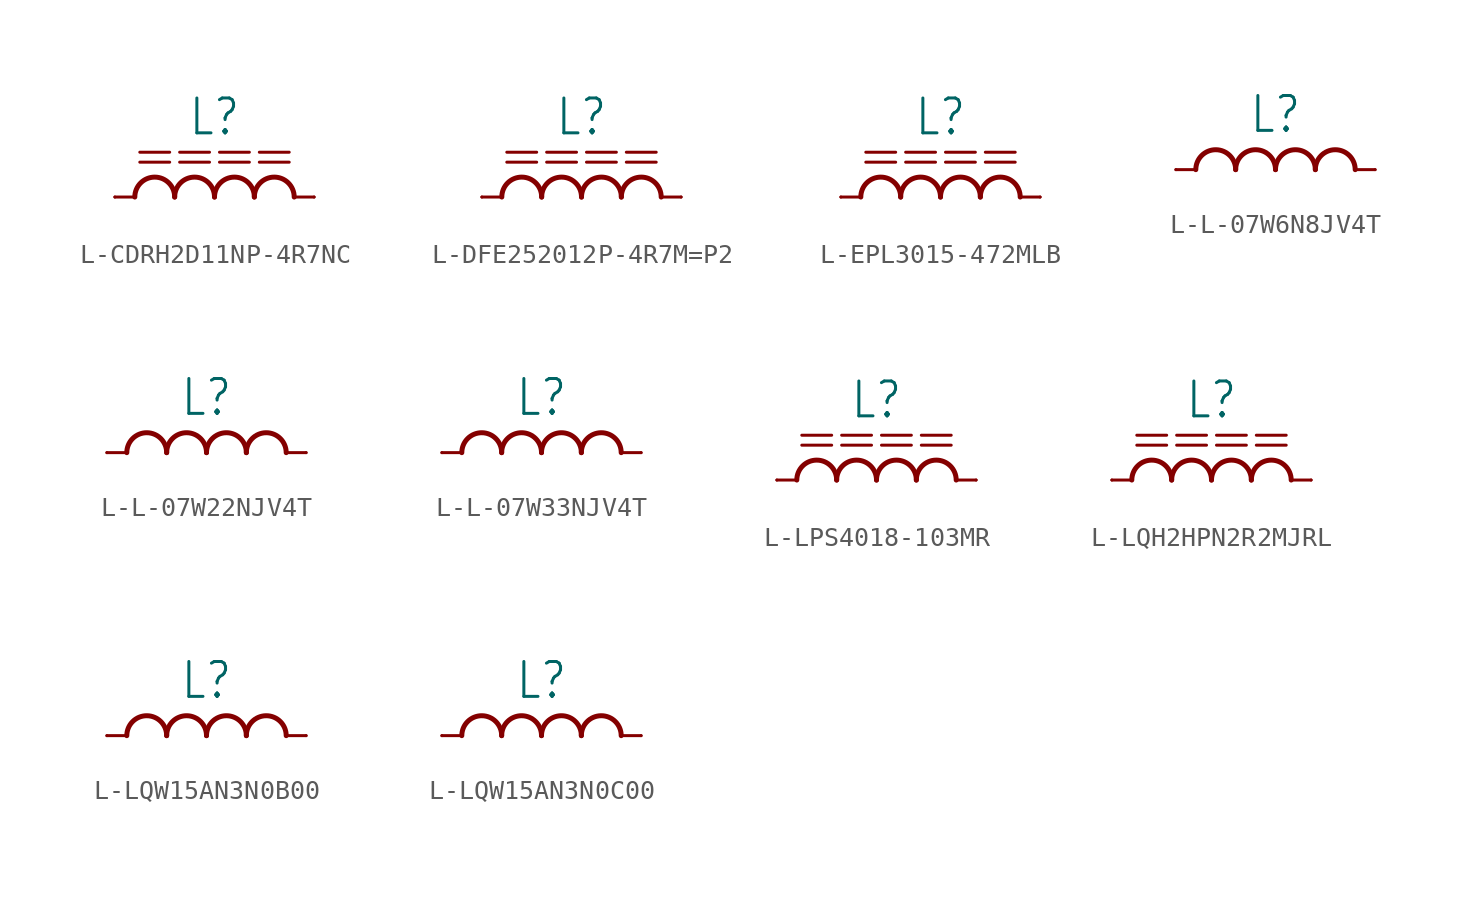
<source format=kicad_sym>
(kicad_symbol_lib
  (version 20231120)
  (generator "kicad_symbol_editor")
  (generator_version "8.0")
  (symbol "L-CDRH2D11NP-4R7NC"
    (property "Reference" "L"
      (at 0 3.048 0)
      (effects (font (size 1.778 1.511)) (justify bottom)))
    (property "Value" ""
      (at 0 -0.762 0)
      (effects (font (size 1.778 1.511)) (justify top)))
    (property "ki_locked" ""
      (at 0 0 0)
      (effects (font (size 1.27 1.27))))
    (symbol "L-CDRH2D11NP-4R7NC_1_0"
      (arc (start -2.032 0) (mid -3.048 1.016) (end -4.064 0) (stroke (width 0.254) (type solid)) (fill (type none)))
      (arc (start 0 0) (mid -1.016 1.016) (end -2.032 0) (stroke (width 0.254) (type solid)) (fill (type none)))
      (polyline (pts (xy -5.08 0) (xy -4.064 0)) (stroke (width 0.152) (type solid)) (fill (type none)))
      (polyline (pts (xy -3.81 1.778) (xy -2.286 1.778)) (stroke (width 0.152) (type solid)) (fill (type none)))
      (polyline (pts (xy -3.81 2.286) (xy -2.286 2.286)) (stroke (width 0.152) (type solid)) (fill (type none)))
      (polyline (pts (xy -1.778 1.778) (xy -0.254 1.778)) (stroke (width 0.152) (type solid)) (fill (type none)))
      (polyline (pts (xy -1.778 2.286) (xy -0.254 2.286)) (stroke (width 0.152) (type solid)) (fill (type none)))
      (polyline (pts (xy 0.254 1.778) (xy 1.778 1.778)) (stroke (width 0.152) (type solid)) (fill (type none)))
      (polyline (pts (xy 0.254 2.286) (xy 1.778 2.286)) (stroke (width 0.152) (type solid)) (fill (type none)))
      (polyline (pts (xy 2.286 1.778) (xy 3.81 1.778)) (stroke (width 0.152) (type solid)) (fill (type none)))
      (polyline (pts (xy 2.286 2.286) (xy 3.81 2.286)) (stroke (width 0.152) (type solid)) (fill (type none)))
      (polyline (pts (xy 4.064 0) (xy 5.08 0)) (stroke (width 0.152) (type solid)) (fill (type none)))
      (arc (start 2.032 0) (mid 1.016 1.016) (end 0 0) (stroke (width 0.254) (type solid)) (fill (type none)))
      (arc (start 4.064 0) (mid 3.048 1.016) (end 2.032 0) (stroke (width 0.254) (type solid)) (fill (type none)))
      (pin passive line (at -5.08 0 0) (length 0) (name "1" (effects (font (size 0 0)))) (number "1" (effects (font (size 0 0)))))
      (pin passive line (at 5.08 0 180) (length 0) (name "2" (effects (font (size 0 0)))) (number "2" (effects (font (size 0 0)))))))
  (symbol "L-DFE252012P-4R7M=P2"
    (property "Reference" "L"
      (at 0 3.048 0)
      (effects (font (size 1.778 1.511)) (justify bottom)))
    (property "Value" ""
      (at 0 -0.762 0)
      (effects (font (size 1.778 1.511)) (justify top)))
    (property "ki_locked" ""
      (at 0 0 0)
      (effects (font (size 1.27 1.27))))
    (symbol "L-DFE252012P-4R7M=P2_1_0"
      (arc (start -2.032 0) (mid -3.048 1.016) (end -4.064 0) (stroke (width 0.254) (type solid)) (fill (type none)))
      (arc (start 0 0) (mid -1.016 1.016) (end -2.032 0) (stroke (width 0.254) (type solid)) (fill (type none)))
      (polyline (pts (xy -5.08 0) (xy -4.064 0)) (stroke (width 0.152) (type solid)) (fill (type none)))
      (polyline (pts (xy -3.81 1.778) (xy -2.286 1.778)) (stroke (width 0.152) (type solid)) (fill (type none)))
      (polyline (pts (xy -3.81 2.286) (xy -2.286 2.286)) (stroke (width 0.152) (type solid)) (fill (type none)))
      (polyline (pts (xy -1.778 1.778) (xy -0.254 1.778)) (stroke (width 0.152) (type solid)) (fill (type none)))
      (polyline (pts (xy -1.778 2.286) (xy -0.254 2.286)) (stroke (width 0.152) (type solid)) (fill (type none)))
      (polyline (pts (xy 0.254 1.778) (xy 1.778 1.778)) (stroke (width 0.152) (type solid)) (fill (type none)))
      (polyline (pts (xy 0.254 2.286) (xy 1.778 2.286)) (stroke (width 0.152) (type solid)) (fill (type none)))
      (polyline (pts (xy 2.286 1.778) (xy 3.81 1.778)) (stroke (width 0.152) (type solid)) (fill (type none)))
      (polyline (pts (xy 2.286 2.286) (xy 3.81 2.286)) (stroke (width 0.152) (type solid)) (fill (type none)))
      (polyline (pts (xy 4.064 0) (xy 5.08 0)) (stroke (width 0.152) (type solid)) (fill (type none)))
      (arc (start 2.032 0) (mid 1.016 1.016) (end 0 0) (stroke (width 0.254) (type solid)) (fill (type none)))
      (arc (start 4.064 0) (mid 3.048 1.016) (end 2.032 0) (stroke (width 0.254) (type solid)) (fill (type none)))
      (pin passive line (at -5.08 0 0) (length 0) (name "1" (effects (font (size 0 0)))) (number "1" (effects (font (size 0 0)))))
      (pin passive line (at 5.08 0 180) (length 0) (name "2" (effects (font (size 0 0)))) (number "2" (effects (font (size 0 0)))))))
  (symbol "L-EPL3015-472MLB"
    (property "Reference" "L"
      (at 0 3.048 0)
      (effects (font (size 1.778 1.511)) (justify bottom)))
    (property "Value" ""
      (at 0 -0.762 0)
      (effects (font (size 1.778 1.511)) (justify top)))
    (property "ki_locked" ""
      (at 0 0 0)
      (effects (font (size 1.27 1.27))))
    (symbol "L-EPL3015-472MLB_1_0"
      (arc (start -2.032 0) (mid -3.048 1.016) (end -4.064 0) (stroke (width 0.254) (type solid)) (fill (type none)))
      (arc (start 0 0) (mid -1.016 1.016) (end -2.032 0) (stroke (width 0.254) (type solid)) (fill (type none)))
      (polyline (pts (xy -5.08 0) (xy -4.064 0)) (stroke (width 0.152) (type solid)) (fill (type none)))
      (polyline (pts (xy -3.81 1.778) (xy -2.286 1.778)) (stroke (width 0.152) (type solid)) (fill (type none)))
      (polyline (pts (xy -3.81 2.286) (xy -2.286 2.286)) (stroke (width 0.152) (type solid)) (fill (type none)))
      (polyline (pts (xy -1.778 1.778) (xy -0.254 1.778)) (stroke (width 0.152) (type solid)) (fill (type none)))
      (polyline (pts (xy -1.778 2.286) (xy -0.254 2.286)) (stroke (width 0.152) (type solid)) (fill (type none)))
      (polyline (pts (xy 0.254 1.778) (xy 1.778 1.778)) (stroke (width 0.152) (type solid)) (fill (type none)))
      (polyline (pts (xy 0.254 2.286) (xy 1.778 2.286)) (stroke (width 0.152) (type solid)) (fill (type none)))
      (polyline (pts (xy 2.286 1.778) (xy 3.81 1.778)) (stroke (width 0.152) (type solid)) (fill (type none)))
      (polyline (pts (xy 2.286 2.286) (xy 3.81 2.286)) (stroke (width 0.152) (type solid)) (fill (type none)))
      (polyline (pts (xy 4.064 0) (xy 5.08 0)) (stroke (width 0.152) (type solid)) (fill (type none)))
      (arc (start 2.032 0) (mid 1.016 1.016) (end 0 0) (stroke (width 0.254) (type solid)) (fill (type none)))
      (arc (start 4.064 0) (mid 3.048 1.016) (end 2.032 0) (stroke (width 0.254) (type solid)) (fill (type none)))
      (pin passive line (at -5.08 0 0) (length 0) (name "1" (effects (font (size 0 0)))) (number "1" (effects (font (size 0 0)))))
      (pin passive line (at 5.08 0 180) (length 0) (name "2" (effects (font (size 0 0)))) (number "2" (effects (font (size 0 0)))))))
  (symbol "L-L-07W6N8JV4T"
    (property "Reference" "L"
      (at 0 1.778 0)
      (effects (font (size 1.778 1.511)) (justify bottom)))
    (property "Value" ""
      (at 0 -0.762 0)
      (effects (font (size 1.778 1.511)) (justify top)))
    (property "ki_locked" ""
      (at 0 0 0)
      (effects (font (size 1.27 1.27))))
    (symbol "L-L-07W6N8JV4T_1_0"
      (arc (start -2.032 0) (mid -3.048 1.016) (end -4.064 0) (stroke (width 0.254) (type solid)) (fill (type none)))
      (arc (start 0 0) (mid -1.016 1.016) (end -2.032 0) (stroke (width 0.254) (type solid)) (fill (type none)))
      (polyline (pts (xy -5.08 0) (xy -4.064 0)) (stroke (width 0.152) (type solid)) (fill (type none)))
      (polyline (pts (xy 4.064 0) (xy 5.08 0)) (stroke (width 0.152) (type solid)) (fill (type none)))
      (arc (start 2.032 0) (mid 1.016 1.016) (end 0 0) (stroke (width 0.254) (type solid)) (fill (type none)))
      (arc (start 4.064 0) (mid 3.048 1.016) (end 2.032 0) (stroke (width 0.254) (type solid)) (fill (type none)))
      (pin passive line (at -5.08 0 0) (length 0) (name "1" (effects (font (size 0 0)))) (number "1" (effects (font (size 0 0)))))
      (pin passive line (at 5.08 0 180) (length 0) (name "2" (effects (font (size 0 0)))) (number "2" (effects (font (size 0 0)))))))
  (symbol "L-L-07W22NJV4T"
    (property "Reference" "L"
      (at 0 1.778 0)
      (effects (font (size 1.778 1.511)) (justify bottom)))
    (property "Value" ""
      (at 0 -0.762 0)
      (effects (font (size 1.778 1.511)) (justify top)))
    (property "ki_locked" ""
      (at 0 0 0)
      (effects (font (size 1.27 1.27))))
    (symbol "L-L-07W22NJV4T_1_0"
      (arc (start -2.032 0) (mid -3.048 1.016) (end -4.064 0) (stroke (width 0.254) (type solid)) (fill (type none)))
      (arc (start 0 0) (mid -1.016 1.016) (end -2.032 0) (stroke (width 0.254) (type solid)) (fill (type none)))
      (polyline (pts (xy -5.08 0) (xy -4.064 0)) (stroke (width 0.152) (type solid)) (fill (type none)))
      (polyline (pts (xy 4.064 0) (xy 5.08 0)) (stroke (width 0.152) (type solid)) (fill (type none)))
      (arc (start 2.032 0) (mid 1.016 1.016) (end 0 0) (stroke (width 0.254) (type solid)) (fill (type none)))
      (arc (start 4.064 0) (mid 3.048 1.016) (end 2.032 0) (stroke (width 0.254) (type solid)) (fill (type none)))
      (pin passive line (at -5.08 0 0) (length 0) (name "1" (effects (font (size 0 0)))) (number "1" (effects (font (size 0 0)))))
      (pin passive line (at 5.08 0 180) (length 0) (name "2" (effects (font (size 0 0)))) (number "2" (effects (font (size 0 0)))))))
  (symbol "L-L-07W33NJV4T"
    (property "Reference" "L"
      (at 0 1.778 0)
      (effects (font (size 1.778 1.511)) (justify bottom)))
    (property "Value" ""
      (at 0 -0.762 0)
      (effects (font (size 1.778 1.511)) (justify top)))
    (property "ki_locked" ""
      (at 0 0 0)
      (effects (font (size 1.27 1.27))))
    (symbol "L-L-07W33NJV4T_1_0"
      (arc (start -2.032 0) (mid -3.048 1.016) (end -4.064 0) (stroke (width 0.254) (type solid)) (fill (type none)))
      (arc (start 0 0) (mid -1.016 1.016) (end -2.032 0) (stroke (width 0.254) (type solid)) (fill (type none)))
      (polyline (pts (xy -5.08 0) (xy -4.064 0)) (stroke (width 0.152) (type solid)) (fill (type none)))
      (polyline (pts (xy 4.064 0) (xy 5.08 0)) (stroke (width 0.152) (type solid)) (fill (type none)))
      (arc (start 2.032 0) (mid 1.016 1.016) (end 0 0) (stroke (width 0.254) (type solid)) (fill (type none)))
      (arc (start 4.064 0) (mid 3.048 1.016) (end 2.032 0) (stroke (width 0.254) (type solid)) (fill (type none)))
      (pin passive line (at -5.08 0 0) (length 0) (name "1" (effects (font (size 0 0)))) (number "1" (effects (font (size 0 0)))))
      (pin passive line (at 5.08 0 180) (length 0) (name "2" (effects (font (size 0 0)))) (number "2" (effects (font (size 0 0)))))))
  (symbol "L-LPS4018-103MR"
    (property "Reference" "L"
      (at 0 3.048 0)
      (effects (font (size 1.778 1.511)) (justify bottom)))
    (property "Value" ""
      (at 0 -0.762 0)
      (effects (font (size 1.778 1.511)) (justify top)))
    (property "ki_locked" ""
      (at 0 0 0)
      (effects (font (size 1.27 1.27))))
    (symbol "L-LPS4018-103MR_1_0"
      (arc (start -2.032 0) (mid -3.048 1.016) (end -4.064 0) (stroke (width 0.254) (type solid)) (fill (type none)))
      (arc (start 0 0) (mid -1.016 1.016) (end -2.032 0) (stroke (width 0.254) (type solid)) (fill (type none)))
      (polyline (pts (xy -5.08 0) (xy -4.064 0)) (stroke (width 0.152) (type solid)) (fill (type none)))
      (polyline (pts (xy -3.81 1.778) (xy -2.286 1.778)) (stroke (width 0.152) (type solid)) (fill (type none)))
      (polyline (pts (xy -3.81 2.286) (xy -2.286 2.286)) (stroke (width 0.152) (type solid)) (fill (type none)))
      (polyline (pts (xy -1.778 1.778) (xy -0.254 1.778)) (stroke (width 0.152) (type solid)) (fill (type none)))
      (polyline (pts (xy -1.778 2.286) (xy -0.254 2.286)) (stroke (width 0.152) (type solid)) (fill (type none)))
      (polyline (pts (xy 0.254 1.778) (xy 1.778 1.778)) (stroke (width 0.152) (type solid)) (fill (type none)))
      (polyline (pts (xy 0.254 2.286) (xy 1.778 2.286)) (stroke (width 0.152) (type solid)) (fill (type none)))
      (polyline (pts (xy 2.286 1.778) (xy 3.81 1.778)) (stroke (width 0.152) (type solid)) (fill (type none)))
      (polyline (pts (xy 2.286 2.286) (xy 3.81 2.286)) (stroke (width 0.152) (type solid)) (fill (type none)))
      (polyline (pts (xy 4.064 0) (xy 5.08 0)) (stroke (width 0.152) (type solid)) (fill (type none)))
      (arc (start 2.032 0) (mid 1.016 1.016) (end 0 0) (stroke (width 0.254) (type solid)) (fill (type none)))
      (arc (start 4.064 0) (mid 3.048 1.016) (end 2.032 0) (stroke (width 0.254) (type solid)) (fill (type none)))
      (pin passive line (at -5.08 0 0) (length 0) (name "1" (effects (font (size 0 0)))) (number "1" (effects (font (size 0 0)))))
      (pin passive line (at 5.08 0 180) (length 0) (name "2" (effects (font (size 0 0)))) (number "2" (effects (font (size 0 0)))))))
  (symbol "L-LQH2HPN2R2MJRL"
    (property "Reference" "L"
      (at 0 3.048 0)
      (effects (font (size 1.778 1.511)) (justify bottom)))
    (property "Value" ""
      (at 0 -0.762 0)
      (effects (font (size 1.778 1.511)) (justify top)))
    (property "ki_locked" ""
      (at 0 0 0)
      (effects (font (size 1.27 1.27))))
    (symbol "L-LQH2HPN2R2MJRL_1_0"
      (arc (start -2.032 0) (mid -3.048 1.016) (end -4.064 0) (stroke (width 0.254) (type solid)) (fill (type none)))
      (arc (start 0 0) (mid -1.016 1.016) (end -2.032 0) (stroke (width 0.254) (type solid)) (fill (type none)))
      (polyline (pts (xy -5.08 0) (xy -4.064 0)) (stroke (width 0.152) (type solid)) (fill (type none)))
      (polyline (pts (xy -3.81 1.778) (xy -2.286 1.778)) (stroke (width 0.152) (type solid)) (fill (type none)))
      (polyline (pts (xy -3.81 2.286) (xy -2.286 2.286)) (stroke (width 0.152) (type solid)) (fill (type none)))
      (polyline (pts (xy -1.778 1.778) (xy -0.254 1.778)) (stroke (width 0.152) (type solid)) (fill (type none)))
      (polyline (pts (xy -1.778 2.286) (xy -0.254 2.286)) (stroke (width 0.152) (type solid)) (fill (type none)))
      (polyline (pts (xy 0.254 1.778) (xy 1.778 1.778)) (stroke (width 0.152) (type solid)) (fill (type none)))
      (polyline (pts (xy 0.254 2.286) (xy 1.778 2.286)) (stroke (width 0.152) (type solid)) (fill (type none)))
      (polyline (pts (xy 2.286 1.778) (xy 3.81 1.778)) (stroke (width 0.152) (type solid)) (fill (type none)))
      (polyline (pts (xy 2.286 2.286) (xy 3.81 2.286)) (stroke (width 0.152) (type solid)) (fill (type none)))
      (polyline (pts (xy 4.064 0) (xy 5.08 0)) (stroke (width 0.152) (type solid)) (fill (type none)))
      (arc (start 2.032 0) (mid 1.016 1.016) (end 0 0) (stroke (width 0.254) (type solid)) (fill (type none)))
      (arc (start 4.064 0) (mid 3.048 1.016) (end 2.032 0) (stroke (width 0.254) (type solid)) (fill (type none)))
      (pin passive line (at -5.08 0 0) (length 0) (name "1" (effects (font (size 0 0)))) (number "1" (effects (font (size 0 0)))))
      (pin passive line (at 5.08 0 180) (length 0) (name "2" (effects (font (size 0 0)))) (number "2" (effects (font (size 0 0)))))))
  (symbol "L-LQW15AN3N0B00"
    (property "Reference" "L"
      (at 0 1.778 0)
      (effects (font (size 1.778 1.511)) (justify bottom)))
    (property "Value" ""
      (at 0 -0.762 0)
      (effects (font (size 1.778 1.511)) (justify top)))
    (property "ki_locked" ""
      (at 0 0 0)
      (effects (font (size 1.27 1.27))))
    (symbol "L-LQW15AN3N0B00_1_0"
      (arc (start -2.032 0) (mid -3.048 1.016) (end -4.064 0) (stroke (width 0.254) (type solid)) (fill (type none)))
      (arc (start 0 0) (mid -1.016 1.016) (end -2.032 0) (stroke (width 0.254) (type solid)) (fill (type none)))
      (polyline (pts (xy -5.08 0) (xy -4.064 0)) (stroke (width 0.152) (type solid)) (fill (type none)))
      (polyline (pts (xy 4.064 0) (xy 5.08 0)) (stroke (width 0.152) (type solid)) (fill (type none)))
      (arc (start 2.032 0) (mid 1.016 1.016) (end 0 0) (stroke (width 0.254) (type solid)) (fill (type none)))
      (arc (start 4.064 0) (mid 3.048 1.016) (end 2.032 0) (stroke (width 0.254) (type solid)) (fill (type none)))
      (pin passive line (at -5.08 0 0) (length 0) (name "1" (effects (font (size 0 0)))) (number "1" (effects (font (size 0 0)))))
      (pin passive line (at 5.08 0 180) (length 0) (name "2" (effects (font (size 0 0)))) (number "2" (effects (font (size 0 0)))))))
  (symbol "L-LQW15AN3N0C00"
    (property "Reference" "L"
      (at 0 1.778 0)
      (effects (font (size 1.778 1.511)) (justify bottom)))
    (property "Value" ""
      (at 0 -0.762 0)
      (effects (font (size 1.778 1.511)) (justify top)))
    (property "ki_locked" ""
      (at 0 0 0)
      (effects (font (size 1.27 1.27))))
    (symbol "L-LQW15AN3N0C00_1_0"
      (arc (start -2.032 0) (mid -3.048 1.016) (end -4.064 0) (stroke (width 0.254) (type solid)) (fill (type none)))
      (arc (start 0 0) (mid -1.016 1.016) (end -2.032 0) (stroke (width 0.254) (type solid)) (fill (type none)))
      (polyline (pts (xy -5.08 0) (xy -4.064 0)) (stroke (width 0.152) (type solid)) (fill (type none)))
      (polyline (pts (xy 4.064 0) (xy 5.08 0)) (stroke (width 0.152) (type solid)) (fill (type none)))
      (arc (start 2.032 0) (mid 1.016 1.016) (end 0 0) (stroke (width 0.254) (type solid)) (fill (type none)))
      (arc (start 4.064 0) (mid 3.048 1.016) (end 2.032 0) (stroke (width 0.254) (type solid)) (fill (type none)))
      (pin passive line (at -5.08 0 0) (length 0) (name "1" (effects (font (size 0 0)))) (number "1" (effects (font (size 0 0)))))
      (pin passive line (at 5.08 0 180) (length 0) (name "2" (effects (font (size 0 0)))) (number "2" (effects (font (size 0 0))))))))
</source>
